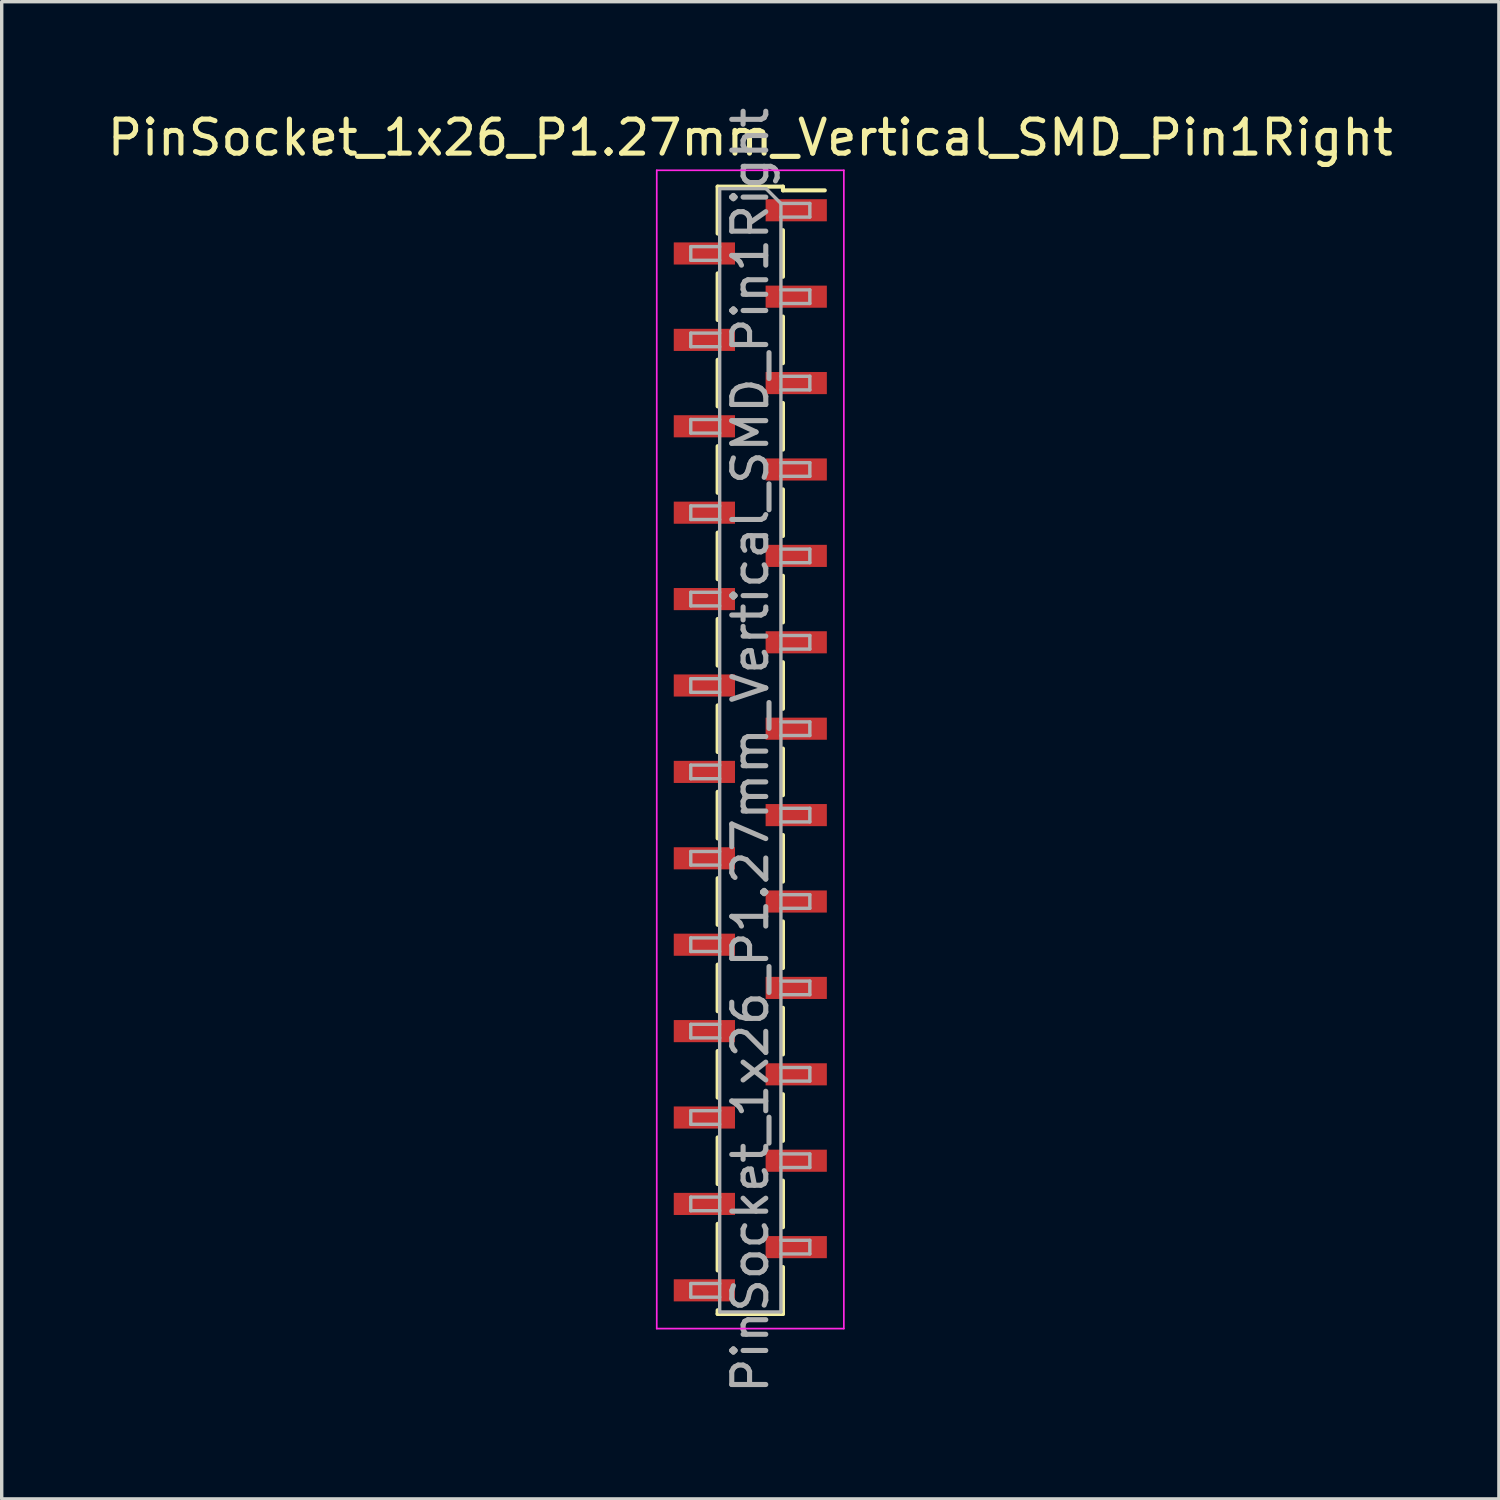
<source format=kicad_pcb>
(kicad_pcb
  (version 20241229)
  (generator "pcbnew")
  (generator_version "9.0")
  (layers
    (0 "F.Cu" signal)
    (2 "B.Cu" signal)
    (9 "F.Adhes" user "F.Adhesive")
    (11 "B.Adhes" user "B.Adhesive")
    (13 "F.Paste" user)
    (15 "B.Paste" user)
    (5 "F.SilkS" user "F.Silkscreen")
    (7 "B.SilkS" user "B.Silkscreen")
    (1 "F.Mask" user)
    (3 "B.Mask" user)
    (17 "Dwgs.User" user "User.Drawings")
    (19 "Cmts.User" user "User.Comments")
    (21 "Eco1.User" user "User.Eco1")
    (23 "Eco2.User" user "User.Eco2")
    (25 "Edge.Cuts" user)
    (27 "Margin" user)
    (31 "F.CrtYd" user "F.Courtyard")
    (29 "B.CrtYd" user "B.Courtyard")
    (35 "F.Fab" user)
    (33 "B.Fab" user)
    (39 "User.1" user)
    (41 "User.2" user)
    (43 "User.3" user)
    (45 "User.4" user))
  (footprint "PinSocket_1x26_P1.27mm_Vertical_SMD_Pin1Right"
    (layer "F.Cu")
    (at 19.006 19.006)
    (property "Reference" "PinSocket_1x26_P1.27mm_Vertical_SMD_Pin1Right" (at 0 -18.01 0) (layer "F.SilkS") (effects (font (size 1 1) (thickness 0.15))))
    (attr smd)
    (fp_line (start -0.96 -16.57) (end -0.96 -15.19) (stroke (width 0.12) (type solid)) (layer "F.SilkS"))
    (fp_line (start -0.96 -16.57) (end 0.96 -16.57) (stroke (width 0.12) (type solid)) (layer "F.SilkS"))
    (fp_line (start -0.96 -14.02) (end -0.96 -12.65) (stroke (width 0.12) (type solid)) (layer "F.SilkS"))
    (fp_line (start -0.96 -11.48) (end -0.96 -10.11) (stroke (width 0.12) (type solid)) (layer "F.SilkS"))
    (fp_line (start -0.96 -8.94) (end -0.96 -7.57) (stroke (width 0.12) (type solid)) (layer "F.SilkS"))
    (fp_line (start -0.96 -6.4) (end -0.96 -5.03) (stroke (width 0.12) (type solid)) (layer "F.SilkS"))
    (fp_line (start -0.96 -3.86) (end -0.96 -2.49) (stroke (width 0.12) (type solid)) (layer "F.SilkS"))
    (fp_line (start -0.96 -1.32) (end -0.96 0.05) (stroke (width 0.12) (type solid)) (layer "F.SilkS"))
    (fp_line (start -0.96 1.22) (end -0.96 2.59) (stroke (width 0.12) (type solid)) (layer "F.SilkS"))
    (fp_line (start -0.96 3.76) (end -0.96 5.13) (stroke (width 0.12) (type solid)) (layer "F.SilkS"))
    (fp_line (start -0.96 6.3) (end -0.96 7.67) (stroke (width 0.12) (type solid)) (layer "F.SilkS"))
    (fp_line (start -0.96 8.84) (end -0.96 10.21) (stroke (width 0.12) (type solid)) (layer "F.SilkS"))
    (fp_line (start -0.96 11.38) (end -0.96 12.75) (stroke (width 0.12) (type solid)) (layer "F.SilkS"))
    (fp_line (start -0.96 13.92) (end -0.96 15.29) (stroke (width 0.12) (type solid)) (layer "F.SilkS"))
    (fp_line (start -0.96 16.46) (end -0.96 16.57) (stroke (width 0.12) (type solid)) (layer "F.SilkS"))
    (fp_line (start -0.96 16.57) (end 0.96 16.57) (stroke (width 0.12) (type solid)) (layer "F.SilkS"))
    (fp_line (start 0.96 -16.57) (end 0.96 -16.46) (stroke (width 0.12) (type solid)) (layer "F.SilkS"))
    (fp_line (start 0.96 -16.46) (end 2.19 -16.46) (stroke (width 0.12) (type solid)) (layer "F.SilkS"))
    (fp_line (start 0.96 -15.29) (end 0.96 -13.92) (stroke (width 0.12) (type solid)) (layer "F.SilkS"))
    (fp_line (start 0.96 -12.75) (end 0.96 -11.38) (stroke (width 0.12) (type solid)) (layer "F.SilkS"))
    (fp_line (start 0.96 -10.21) (end 0.96 -8.84) (stroke (width 0.12) (type solid)) (layer "F.SilkS"))
    (fp_line (start 0.96 -7.67) (end 0.96 -6.3) (stroke (width 0.12) (type solid)) (layer "F.SilkS"))
    (fp_line (start 0.96 -5.13) (end 0.96 -3.76) (stroke (width 0.12) (type solid)) (layer "F.SilkS"))
    (fp_line (start 0.96 -2.59) (end 0.96 -1.22) (stroke (width 0.12) (type solid)) (layer "F.SilkS"))
    (fp_line (start 0.96 -0.05) (end 0.96 1.32) (stroke (width 0.12) (type solid)) (layer "F.SilkS"))
    (fp_line (start 0.96 2.49) (end 0.96 3.86) (stroke (width 0.12) (type solid)) (layer "F.SilkS"))
    (fp_line (start 0.96 5.03) (end 0.96 6.4) (stroke (width 0.12) (type solid)) (layer "F.SilkS"))
    (fp_line (start 0.96 7.57) (end 0.96 8.94) (stroke (width 0.12) (type solid)) (layer "F.SilkS"))
    (fp_line (start 0.96 10.11) (end 0.96 11.48) (stroke (width 0.12) (type solid)) (layer "F.SilkS"))
    (fp_line (start 0.96 12.65) (end 0.96 14.02) (stroke (width 0.12) (type solid)) (layer "F.SilkS"))
    (fp_line (start 0.96 15.19) (end 0.96 16.57) (stroke (width 0.12) (type solid)) (layer "F.SilkS"))
    (fp_line (start -2.75 -17.05) (end 2.75 -17.05) (stroke (width 0.05) (type solid)) (layer "F.CrtYd"))
    (fp_line (start -2.75 17) (end -2.75 -17.05) (stroke (width 0.05) (type solid)) (layer "F.CrtYd"))
    (fp_line (start 2.75 -17.05) (end 2.75 17) (stroke (width 0.05) (type solid)) (layer "F.CrtYd"))
    (fp_line (start 2.75 17) (end -2.75 17) (stroke (width 0.05) (type solid)) (layer "F.CrtYd"))
    (fp_line (start -1.75 -14.805) (end -0.9 -14.805) (stroke (width 0.1) (type solid)) (layer "F.Fab"))
    (fp_line (start -1.75 -14.405) (end -1.75 -14.805) (stroke (width 0.1) (type solid)) (layer "F.Fab"))
    (fp_line (start -1.75 -12.265) (end -0.9 -12.265) (stroke (width 0.1) (type solid)) (layer "F.Fab"))
    (fp_line (start -1.75 -11.865) (end -1.75 -12.265) (stroke (width 0.1) (type solid)) (layer "F.Fab"))
    (fp_line (start -1.75 -9.725) (end -0.9 -9.725) (stroke (width 0.1) (type solid)) (layer "F.Fab"))
    (fp_line (start -1.75 -9.325) (end -1.75 -9.725) (stroke (width 0.1) (type solid)) (layer "F.Fab"))
    (fp_line (start -1.75 -7.185) (end -0.9 -7.185) (stroke (width 0.1) (type solid)) (layer "F.Fab"))
    (fp_line (start -1.75 -6.785) (end -1.75 -7.185) (stroke (width 0.1) (type solid)) (layer "F.Fab"))
    (fp_line (start -1.75 -4.645) (end -0.9 -4.645) (stroke (width 0.1) (type solid)) (layer "F.Fab"))
    (fp_line (start -1.75 -4.245) (end -1.75 -4.645) (stroke (width 0.1) (type solid)) (layer "F.Fab"))
    (fp_line (start -1.75 -2.105) (end -0.9 -2.105) (stroke (width 0.1) (type solid)) (layer "F.Fab"))
    (fp_line (start -1.75 -1.705) (end -1.75 -2.105) (stroke (width 0.1) (type solid)) (layer "F.Fab"))
    (fp_line (start -1.75 0.435) (end -0.9 0.435) (stroke (width 0.1) (type solid)) (layer "F.Fab"))
    (fp_line (start -1.75 0.835) (end -1.75 0.435) (stroke (width 0.1) (type solid)) (layer "F.Fab"))
    (fp_line (start -1.75 2.975) (end -0.9 2.975) (stroke (width 0.1) (type solid)) (layer "F.Fab"))
    (fp_line (start -1.75 3.375) (end -1.75 2.975) (stroke (width 0.1) (type solid)) (layer "F.Fab"))
    (fp_line (start -1.75 5.515) (end -0.9 5.515) (stroke (width 0.1) (type solid)) (layer "F.Fab"))
    (fp_line (start -1.75 5.915) (end -1.75 5.515) (stroke (width 0.1) (type solid)) (layer "F.Fab"))
    (fp_line (start -1.75 8.055) (end -0.9 8.055) (stroke (width 0.1) (type solid)) (layer "F.Fab"))
    (fp_line (start -1.75 8.455) (end -1.75 8.055) (stroke (width 0.1) (type solid)) (layer "F.Fab"))
    (fp_line (start -1.75 10.595) (end -0.9 10.595) (stroke (width 0.1) (type solid)) (layer "F.Fab"))
    (fp_line (start -1.75 10.995) (end -1.75 10.595) (stroke (width 0.1) (type solid)) (layer "F.Fab"))
    (fp_line (start -1.75 13.135) (end -0.9 13.135) (stroke (width 0.1) (type solid)) (layer "F.Fab"))
    (fp_line (start -1.75 13.535) (end -1.75 13.135) (stroke (width 0.1) (type solid)) (layer "F.Fab"))
    (fp_line (start -1.75 15.675) (end -0.9 15.675) (stroke (width 0.1) (type solid)) (layer "F.Fab"))
    (fp_line (start -1.75 16.075) (end -1.75 15.675) (stroke (width 0.1) (type solid)) (layer "F.Fab"))
    (fp_line (start -0.9 -16.51) (end 0.465 -16.51) (stroke (width 0.1) (type solid)) (layer "F.Fab"))
    (fp_line (start -0.9 -14.405) (end -1.75 -14.405) (stroke (width 0.1) (type solid)) (layer "F.Fab"))
    (fp_line (start -0.9 -11.865) (end -1.75 -11.865) (stroke (width 0.1) (type solid)) (layer "F.Fab"))
    (fp_line (start -0.9 -9.325) (end -1.75 -9.325) (stroke (width 0.1) (type solid)) (layer "F.Fab"))
    (fp_line (start -0.9 -6.785) (end -1.75 -6.785) (stroke (width 0.1) (type solid)) (layer "F.Fab"))
    (fp_line (start -0.9 -4.245) (end -1.75 -4.245) (stroke (width 0.1) (type solid)) (layer "F.Fab"))
    (fp_line (start -0.9 -1.705) (end -1.75 -1.705) (stroke (width 0.1) (type solid)) (layer "F.Fab"))
    (fp_line (start -0.9 0.835) (end -1.75 0.835) (stroke (width 0.1) (type solid)) (layer "F.Fab"))
    (fp_line (start -0.9 3.375) (end -1.75 3.375) (stroke (width 0.1) (type solid)) (layer "F.Fab"))
    (fp_line (start -0.9 5.915) (end -1.75 5.915) (stroke (width 0.1) (type solid)) (layer "F.Fab"))
    (fp_line (start -0.9 8.455) (end -1.75 8.455) (stroke (width 0.1) (type solid)) (layer "F.Fab"))
    (fp_line (start -0.9 10.995) (end -1.75 10.995) (stroke (width 0.1) (type solid)) (layer "F.Fab"))
    (fp_line (start -0.9 13.535) (end -1.75 13.535) (stroke (width 0.1) (type solid)) (layer "F.Fab"))
    (fp_line (start -0.9 16.075) (end -1.75 16.075) (stroke (width 0.1) (type solid)) (layer "F.Fab"))
    (fp_line (start -0.9 16.51) (end -0.9 -16.51) (stroke (width 0.1) (type solid)) (layer "F.Fab"))
    (fp_line (start 0.465 -16.51) (end 0.9 -16.075) (stroke (width 0.1) (type solid)) (layer "F.Fab"))
    (fp_line (start 0.9 -16.075) (end 0.9 16.51) (stroke (width 0.1) (type solid)) (layer "F.Fab"))
    (fp_line (start 0.9 -16.075) (end 1.75 -16.075) (stroke (width 0.1) (type solid)) (layer "F.Fab"))
    (fp_line (start 0.9 -13.535) (end 1.75 -13.535) (stroke (width 0.1) (type solid)) (layer "F.Fab"))
    (fp_line (start 0.9 -10.995) (end 1.75 -10.995) (stroke (width 0.1) (type solid)) (layer "F.Fab"))
    (fp_line (start 0.9 -8.455) (end 1.75 -8.455) (stroke (width 0.1) (type solid)) (layer "F.Fab"))
    (fp_line (start 0.9 -5.915) (end 1.75 -5.915) (stroke (width 0.1) (type solid)) (layer "F.Fab"))
    (fp_line (start 0.9 -3.375) (end 1.75 -3.375) (stroke (width 0.1) (type solid)) (layer "F.Fab"))
    (fp_line (start 0.9 -0.835) (end 1.75 -0.835) (stroke (width 0.1) (type solid)) (layer "F.Fab"))
    (fp_line (start 0.9 1.705) (end 1.75 1.705) (stroke (width 0.1) (type solid)) (layer "F.Fab"))
    (fp_line (start 0.9 4.245) (end 1.75 4.245) (stroke (width 0.1) (type solid)) (layer "F.Fab"))
    (fp_line (start 0.9 6.785) (end 1.75 6.785) (stroke (width 0.1) (type solid)) (layer "F.Fab"))
    (fp_line (start 0.9 9.325) (end 1.75 9.325) (stroke (width 0.1) (type solid)) (layer "F.Fab"))
    (fp_line (start 0.9 11.865) (end 1.75 11.865) (stroke (width 0.1) (type solid)) (layer "F.Fab"))
    (fp_line (start 0.9 14.405) (end 1.75 14.405) (stroke (width 0.1) (type solid)) (layer "F.Fab"))
    (fp_line (start 0.9 16.51) (end -0.9 16.51) (stroke (width 0.1) (type solid)) (layer "F.Fab"))
    (fp_line (start 1.75 -16.075) (end 1.75 -15.675) (stroke (width 0.1) (type solid)) (layer "F.Fab"))
    (fp_line (start 1.75 -15.675) (end 0.9 -15.675) (stroke (width 0.1) (type solid)) (layer "F.Fab"))
    (fp_line (start 1.75 -13.535) (end 1.75 -13.135) (stroke (width 0.1) (type solid)) (layer "F.Fab"))
    (fp_line (start 1.75 -13.135) (end 0.9 -13.135) (stroke (width 0.1) (type solid)) (layer "F.Fab"))
    (fp_line (start 1.75 -10.995) (end 1.75 -10.595) (stroke (width 0.1) (type solid)) (layer "F.Fab"))
    (fp_line (start 1.75 -10.595) (end 0.9 -10.595) (stroke (width 0.1) (type solid)) (layer "F.Fab"))
    (fp_line (start 1.75 -8.455) (end 1.75 -8.055) (stroke (width 0.1) (type solid)) (layer "F.Fab"))
    (fp_line (start 1.75 -8.055) (end 0.9 -8.055) (stroke (width 0.1) (type solid)) (layer "F.Fab"))
    (fp_line (start 1.75 -5.915) (end 1.75 -5.515) (stroke (width 0.1) (type solid)) (layer "F.Fab"))
    (fp_line (start 1.75 -5.515) (end 0.9 -5.515) (stroke (width 0.1) (type solid)) (layer "F.Fab"))
    (fp_line (start 1.75 -3.375) (end 1.75 -2.975) (stroke (width 0.1) (type solid)) (layer "F.Fab"))
    (fp_line (start 1.75 -2.975) (end 0.9 -2.975) (stroke (width 0.1) (type solid)) (layer "F.Fab"))
    (fp_line (start 1.75 -0.835) (end 1.75 -0.435) (stroke (width 0.1) (type solid)) (layer "F.Fab"))
    (fp_line (start 1.75 -0.435) (end 0.9 -0.435) (stroke (width 0.1) (type solid)) (layer "F.Fab"))
    (fp_line (start 1.75 1.705) (end 1.75 2.105) (stroke (width 0.1) (type solid)) (layer "F.Fab"))
    (fp_line (start 1.75 2.105) (end 0.9 2.105) (stroke (width 0.1) (type solid)) (layer "F.Fab"))
    (fp_line (start 1.75 4.245) (end 1.75 4.645) (stroke (width 0.1) (type solid)) (layer "F.Fab"))
    (fp_line (start 1.75 4.645) (end 0.9 4.645) (stroke (width 0.1) (type solid)) (layer "F.Fab"))
    (fp_line (start 1.75 6.785) (end 1.75 7.185) (stroke (width 0.1) (type solid)) (layer "F.Fab"))
    (fp_line (start 1.75 7.185) (end 0.9 7.185) (stroke (width 0.1) (type solid)) (layer "F.Fab"))
    (fp_line (start 1.75 9.325) (end 1.75 9.725) (stroke (width 0.1) (type solid)) (layer "F.Fab"))
    (fp_line (start 1.75 9.725) (end 0.9 9.725) (stroke (width 0.1) (type solid)) (layer "F.Fab"))
    (fp_line (start 1.75 11.865) (end 1.75 12.265) (stroke (width 0.1) (type solid)) (layer "F.Fab"))
    (fp_line (start 1.75 12.265) (end 0.9 12.265) (stroke (width 0.1) (type solid)) (layer "F.Fab"))
    (fp_line (start 1.75 14.405) (end 1.75 14.805) (stroke (width 0.1) (type solid)) (layer "F.Fab"))
    (fp_line (start 1.75 14.805) (end 0.9 14.805) (stroke (width 0.1) (type solid)) (layer "F.Fab"))
    (fp_text user "${REFERENCE}" (at 0 0 90) (layer "F.Fab") (effects (font (size 1 1) (thickness 0.15))))
    (pad "1" smd rect (at 1.35 -15.875) (size 1.8 0.65) (layers "F.Cu" "F.Mask" "F.Paste"))
    (pad "2" smd rect (at -1.35 -14.605) (size 1.8 0.65) (layers "F.Cu" "F.Mask" "F.Paste"))
    (pad "3" smd rect (at 1.35 -13.335) (size 1.8 0.65) (layers "F.Cu" "F.Mask" "F.Paste"))
    (pad "4" smd rect (at -1.35 -12.065) (size 1.8 0.65) (layers "F.Cu" "F.Mask" "F.Paste"))
    (pad "5" smd rect (at 1.35 -10.795) (size 1.8 0.65) (layers "F.Cu" "F.Mask" "F.Paste"))
    (pad "6" smd rect (at -1.35 -9.525) (size 1.8 0.65) (layers "F.Cu" "F.Mask" "F.Paste"))
    (pad "7" smd rect (at 1.35 -8.255) (size 1.8 0.65) (layers "F.Cu" "F.Mask" "F.Paste"))
    (pad "8" smd rect (at -1.35 -6.985) (size 1.8 0.65) (layers "F.Cu" "F.Mask" "F.Paste"))
    (pad "9" smd rect (at 1.35 -5.715) (size 1.8 0.65) (layers "F.Cu" "F.Mask" "F.Paste"))
    (pad "10" smd rect (at -1.35 -4.445) (size 1.8 0.65) (layers "F.Cu" "F.Mask" "F.Paste"))
    (pad "11" smd rect (at 1.35 -3.175) (size 1.8 0.65) (layers "F.Cu" "F.Mask" "F.Paste"))
    (pad "12" smd rect (at -1.35 -1.905) (size 1.8 0.65) (layers "F.Cu" "F.Mask" "F.Paste"))
    (pad "13" smd rect (at 1.35 -0.635) (size 1.8 0.65) (layers "F.Cu" "F.Mask" "F.Paste"))
    (pad "14" smd rect (at -1.35 0.635) (size 1.8 0.65) (layers "F.Cu" "F.Mask" "F.Paste"))
    (pad "15" smd rect (at 1.35 1.905) (size 1.8 0.65) (layers "F.Cu" "F.Mask" "F.Paste"))
    (pad "16" smd rect (at -1.35 3.175) (size 1.8 0.65) (layers "F.Cu" "F.Mask" "F.Paste"))
    (pad "17" smd rect (at 1.35 4.445) (size 1.8 0.65) (layers "F.Cu" "F.Mask" "F.Paste"))
    (pad "18" smd rect (at -1.35 5.715) (size 1.8 0.65) (layers "F.Cu" "F.Mask" "F.Paste"))
    (pad "19" smd rect (at 1.35 6.985) (size 1.8 0.65) (layers "F.Cu" "F.Mask" "F.Paste"))
    (pad "20" smd rect (at -1.35 8.255) (size 1.8 0.65) (layers "F.Cu" "F.Mask" "F.Paste"))
    (pad "21" smd rect (at 1.35 9.525) (size 1.8 0.65) (layers "F.Cu" "F.Mask" "F.Paste"))
    (pad "22" smd rect (at -1.35 10.795) (size 1.8 0.65) (layers "F.Cu" "F.Mask" "F.Paste"))
    (pad "23" smd rect (at 1.35 12.065) (size 1.8 0.65) (layers "F.Cu" "F.Mask" "F.Paste"))
    (pad "24" smd rect (at -1.35 13.335) (size 1.8 0.65) (layers "F.Cu" "F.Mask" "F.Paste"))
    (pad "25" smd rect (at 1.35 14.605) (size 1.8 0.65) (layers "F.Cu" "F.Mask" "F.Paste"))
    (pad "26" smd rect (at -1.35 15.875) (size 1.8 0.65) (layers "F.Cu" "F.Mask" "F.Paste")))
  (gr_rect
    (start -3 -3)
    (end 41.012 41.012)
    (stroke (width 0.1) (type default))
    (fill no)
    (layer "Edge.Cuts")))
</source>
